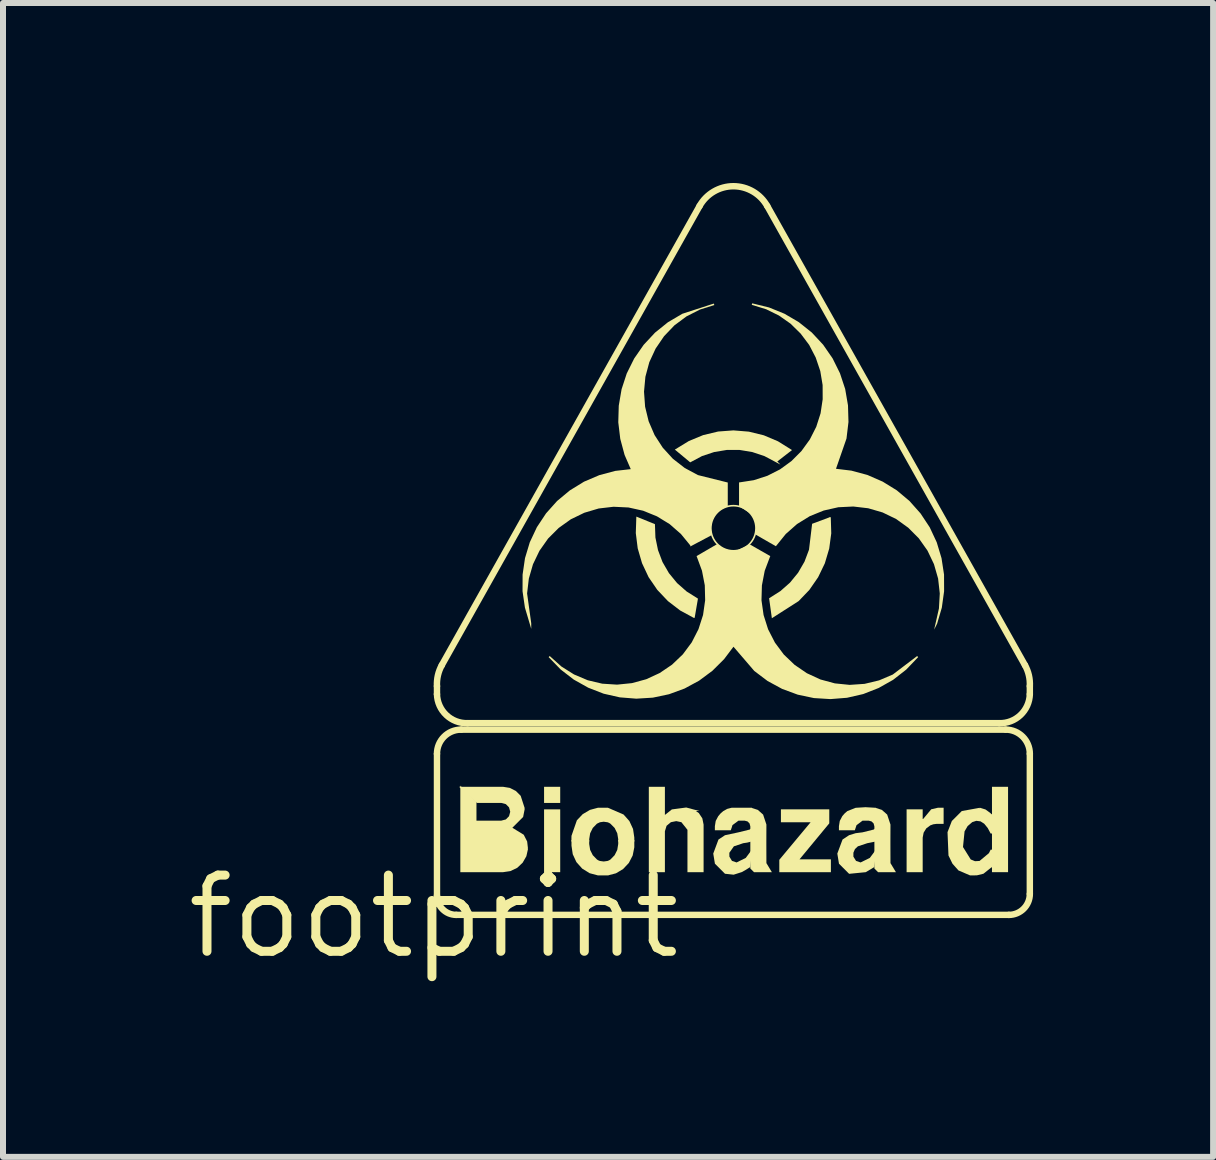
<source format=kicad_pcb>
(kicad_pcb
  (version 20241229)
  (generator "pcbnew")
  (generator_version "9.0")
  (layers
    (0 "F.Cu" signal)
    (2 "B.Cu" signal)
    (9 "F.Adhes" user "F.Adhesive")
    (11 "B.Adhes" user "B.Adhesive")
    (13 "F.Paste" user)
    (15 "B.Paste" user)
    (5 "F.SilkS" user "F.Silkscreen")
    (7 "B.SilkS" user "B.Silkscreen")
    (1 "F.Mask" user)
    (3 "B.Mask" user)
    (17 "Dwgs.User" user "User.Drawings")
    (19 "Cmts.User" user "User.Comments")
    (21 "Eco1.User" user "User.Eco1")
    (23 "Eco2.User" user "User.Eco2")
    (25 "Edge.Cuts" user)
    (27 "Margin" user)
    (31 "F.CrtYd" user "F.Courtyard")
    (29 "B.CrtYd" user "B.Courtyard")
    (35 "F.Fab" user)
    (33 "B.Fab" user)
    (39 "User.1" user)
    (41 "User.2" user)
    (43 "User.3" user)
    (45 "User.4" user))
  (footprint "footprint"
    (layer "F.Cu")
    (at 4.18 12.227)
    (property "Reference" "footprint" (at 0 0 0) (layer "F.SilkS") (effects (font (size 1.27 1.27) (thickness 0.15))))
    (fp_line (start 0.054 -3.706) (end 0.054 -3.84) (stroke (width 0.107) (type solid)) (layer "F.SilkS"))
    (fp_line (start 0.054 -2.712) (end 0.054 -0.349) (stroke (width 0.107) (type solid)) (layer "F.SilkS"))
    (fp_line (start 0.134 -4.189) (end 4.431 -11.843) (stroke (width 0.107) (type solid)) (layer "F.SilkS"))
    (fp_line (start 0.376 -0.027) (end 9.587 -0.027) (stroke (width 0.107) (type solid)) (layer "F.SilkS"))
    (fp_line (start 0.564 -3.223) (end 9.426 -3.223) (stroke (width 0.107) (type solid)) (layer "F.SilkS"))
    (fp_line (start 9.533 -3.115) (end 0.457 -3.115) (stroke (width 0.107) (type solid)) (layer "F.SilkS"))
    (fp_line (start 9.855 -4.189) (end 5.559 -11.843) (stroke (width 0.107) (type solid)) (layer "F.SilkS"))
    (fp_line (start 9.936 -3.706) (end 9.936 -3.84) (stroke (width 0.107) (type solid)) (layer "F.SilkS"))
    (fp_line (start 9.936 -0.376) (end 9.936 -2.712) (stroke (width 0.107) (type solid)) (layer "F.SilkS"))
    (fp_arc (start 0.0537 -3.8401) (mid 0.069553 -4.020294) (end 0.1343 -4.189199) (stroke (width 0.1074) (type solid)) (layer "F.SilkS"))
    (fp_arc (start 0.0537 -2.7123) (mid 0.171677 -2.997123) (end 0.4565 -3.1151) (stroke (width 0.1074) (type solid)) (layer "F.SilkS"))
    (fp_arc (start 0.375998 -0.0269) (mid 0.148134 -0.121265) (end 0.0537 -0.3491) (stroke (width 0.1074) (type solid)) (layer "F.SilkS"))
    (fp_arc (start 0.5639 -3.2225) (mid 0.208657 -3.358504) (end 0.053701 -3.705899) (stroke (width 0.1074) (type solid)) (layer "F.SilkS"))
    (fp_arc (start 4.4309 -11.8426) (mid 4.99485 -12.172844) (end 5.5588 -11.8426) (stroke (width 0.1074) (type solid)) (layer "F.SilkS"))
    (fp_arc (start 9.5332 -3.1151) (mid 9.818023 -2.997123) (end 9.936 -2.7123) (stroke (width 0.1074) (type solid)) (layer "F.SilkS"))
    (fp_arc (start 9.8554 -4.1892) (mid 9.920148 -4.020294) (end 9.936 -3.8401) (stroke (width 0.1074) (type solid)) (layer "F.SilkS"))
    (fp_arc (start 9.935998 -3.7059) (mid 9.781042 -3.358505) (end 9.4258 -3.2225) (stroke (width 0.1074) (type solid)) (layer "F.SilkS"))
    (fp_arc (start 9.936 -0.376) (mid 9.833751 -0.129149) (end 9.5869 -0.0269) (stroke (width 0.1074) (type solid)) (layer "F.SilkS"))
    (fp_circle (center 4.995 -6.472) (end 5.371 -6.472) (stroke (width 0.027) (type solid)) (fill no) (layer "F.SilkS"))
    (fp_poly (pts (xy 2.108 -1.893) (xy 1.839 -1.893) (xy 1.839 -2.162) (xy 2.108 -2.162)) (stroke (width 0) (type solid)) (fill yes) (layer "F.SilkS"))
    (fp_poly (pts (xy 2.108 -0.739) (xy 1.839 -0.739) (xy 1.839 -1.786) (xy 2.108 -1.786)) (stroke (width 0) (type solid)) (fill yes) (layer "F.SilkS"))
    (fp_poly (pts (xy 9.573 -0.739) (xy 9.305 -0.739) (xy 9.305 -2.162) (xy 9.573 -2.162)) (stroke (width 0) (type solid)) (fill yes) (layer "F.SilkS"))
    (fp_poly (pts (xy 6.593 -1.553) (xy 6.097 -0.953) (xy 6.62 -0.953) (xy 6.62 -0.739) (xy 5.76 -0.739) (xy 5.76 -0.945) (xy 6.282 -1.571) (xy 5.787 -1.571) (xy 5.787 -1.786) (xy 6.593 -1.786)) (stroke (width 0) (type solid)) (fill yes) (layer "F.SilkS"))
    (fp_poly (pts (xy 0.712 -1.912) (xy 0.712 -1.584) (xy 0.7 -1.49) (xy 1.293 -1.49) (xy 1.5 -1.363) (xy 1.557 -1.251) (xy 1.571 -1.129) (xy 1.558 -1.128) (xy 1.571 -1.125) (xy 1.544 -1.005) (xy 1.482 -0.897) (xy 1.391 -0.811) (xy 1.278 -0.757) (xy 1.156 -0.739) (xy 0.443 -0.739) (xy 0.443 -2.181)) (stroke (width 0) (type solid)) (fill yes) (layer "F.SilkS"))
    (fp_poly (pts (xy 8.499 -1.544) (xy 8.379 -1.544) (xy 8.327 -1.537) (xy 8.277 -1.519) (xy 8.21 -1.469) (xy 8.166 -1.398) (xy 8.15 -1.315) (xy 8.15 -0.739) (xy 7.882 -0.739) (xy 7.882 -1.786) (xy 8.15 -1.786) (xy 8.15 -1.625) (xy 8.157 -1.625) (xy 8.292 -1.787) (xy 8.404 -1.813) (xy 8.499 -1.813)) (stroke (width 0) (type solid)) (fill yes) (layer "F.SilkS"))
    (fp_poly (pts (xy 6.626 -6.387) (xy 6.592 -6.133) (xy 6.519 -5.887) (xy 6.407 -5.655) (xy 6.261 -5.444) (xy 6.083 -5.258) (xy 5.636 -4.972) (xy 5.59 -5.305) (xy 5.778 -5.424) (xy 5.938 -5.565) (xy 6.073 -5.73) (xy 6.18 -5.915) (xy 6.255 -6.114) (xy 6.307 -6.546) (xy 6.592 -6.652) (xy 6.592 -6.656) (xy 6.618 -6.656)) (stroke (width 0) (type solid)) (fill yes) (layer "F.SilkS"))
    (fp_poly (pts (xy 3.687 -6.54) (xy 3.695 -6.317) (xy 3.738 -6.108) (xy 3.813 -5.909) (xy 3.92 -5.724) (xy 4.055 -5.559) (xy 4.215 -5.418) (xy 4.404 -5.299) (xy 4.349 -4.978) (xy 4.334 -4.978) (xy 4.106 -5.102) (xy 3.903 -5.258) (xy 3.726 -5.445) (xy 3.581 -5.657) (xy 3.472 -5.889) (xy 3.4 -6.136) (xy 3.368 -6.391) (xy 3.377 -6.666)) (stroke (width 0) (type solid)) (fill yes) (layer "F.SilkS"))
    (fp_poly (pts (xy 5.252 -8.082) (xy 5.502 -8.021) (xy 5.738 -7.921) (xy 5.972 -7.775) (xy 5.727 -7.585) (xy 5.779 -7.533) (xy 5.511 -7.675) (xy 5.309 -7.742) (xy 5.098 -7.777) (xy 4.885 -7.777) (xy 4.674 -7.742) (xy 4.472 -7.675) (xy 4.275 -7.57) (xy 4.019 -7.783) (xy 4.253 -7.926) (xy 4.49 -8.024) (xy 4.74 -8.084) (xy 4.996 -8.103)) (stroke (width 0) (type solid)) (fill yes) (layer "F.SilkS"))
    (fp_poly (pts (xy 1.267 -2.144) (xy 1.368 -2.093) (xy 1.449 -2.012) (xy 1.517 -1.803) (xy 1.504 -1.799) (xy 1.517 -1.797) (xy 1.49 -1.659) (xy 1.295 -1.464) (xy 0.685 -1.464) (xy 0.685 -1.598) (xy 1.126 -1.598) (xy 1.202 -1.618) (xy 1.255 -1.672) (xy 1.275 -1.746) (xy 1.255 -1.819) (xy 1.202 -1.873) (xy 1.126 -1.893) (xy 0.72 -1.893) (xy 0.422 -2.162) (xy 1.156 -2.162)) (stroke (width 0) (type solid)) (fill yes) (layer "F.SilkS"))
    (fp_poly (pts (xy 3.853 -1.693) (xy 3.969 -1.785) (xy 4.209 -1.817) (xy 4.425 -1.759) (xy 4.368 -1.759) (xy 4.418 -1.725) (xy 4.477 -1.636) (xy 4.498 -1.532) (xy 4.498 -0.739) (xy 4.229 -0.739) (xy 4.229 -1.445) (xy 4.128 -1.572) (xy 4.042 -1.59) (xy 3.953 -1.572) (xy 3.881 -1.512) (xy 3.853 -1.421) (xy 3.853 -0.739) (xy 3.585 -0.739) (xy 3.585 -2.162) (xy 3.853 -2.162)) (stroke (width 0) (type solid)) (fill yes) (layer "F.SilkS"))
    (fp_poly (pts (xy 7.371 -1.251) (xy 7.227 -1.222) (xy 7.07 -1.17) (xy 7.021 -1.124) (xy 6.995 -1.063) (xy 6.995 -0.998) (xy 7.039 -0.927) (xy 7.115 -0.901) (xy 7.269 -0.977) (xy 7.377 -1.122) (xy 7.344 -0.824) (xy 7.201 -0.739) (xy 6.929 -0.712) (xy 6.923 -0.712) (xy 6.754 -0.881) (xy 6.754 -0.885) (xy 6.727 -1.049) (xy 6.814 -1.283) (xy 6.923 -1.355) (xy 7.034 -1.389) (xy 7.147 -1.403) (xy 7.332 -1.449) (xy 7.371 -1.475)) (stroke (width 0) (type solid)) (fill yes) (layer "F.SilkS"))
    (fp_poly (pts (xy 5.304 -1.252) (xy 5.226 -1.232) (xy 5.159 -1.222) (xy 5.003 -1.17) (xy 4.927 -1.062) (xy 4.928 -0.998) (xy 4.971 -0.927) (xy 5.048 -0.901) (xy 5.201 -0.977) (xy 5.309 -1.122) (xy 5.276 -0.825) (xy 5.204 -0.779) (xy 5.134 -0.74) (xy 4.999 -0.697) (xy 4.86 -0.712) (xy 4.855 -0.712) (xy 4.686 -0.881) (xy 4.686 -0.885) (xy 4.659 -1.049) (xy 4.746 -1.283) (xy 4.855 -1.355) (xy 5.079 -1.403) (xy 5.265 -1.449) (xy 5.304 -1.475)) (stroke (width 0) (type solid)) (fill yes) (layer "F.SilkS"))
    (fp_poly (pts (xy 7.372 -1.812) (xy 7.372 -1.809) (xy 7.47 -1.777) (xy 7.558 -1.699) (xy 7.613 -1.533) (xy 7.612 -1.222) (xy 7.613 -0.913) (xy 7.613 -0.89) (xy 7.704 -0.739) (xy 7.406 -0.739) (xy 7.345 -0.8) (xy 7.345 -1.502) (xy 7.332 -1.551) (xy 7.297 -1.585) (xy 7.249 -1.598) (xy 7.148 -1.598) (xy 7.047 -1.522) (xy 7.019 -1.437) (xy 6.754 -1.437) (xy 6.754 -1.505) (xy 6.768 -1.593) (xy 6.81 -1.673) (xy 6.849 -1.718) (xy 6.894 -1.757) (xy 7.033 -1.812) (xy 7.197 -1.822)) (stroke (width 0) (type solid)) (fill yes) (layer "F.SilkS"))
    (fp_poly (pts (xy 3.164 -1.7) (xy 3.261 -1.591) (xy 3.322 -1.459) (xy 3.343 -1.317) (xy 3.343 -1.249) (xy 3.075 -1.249) (xy 3.075 -1.288) (xy 3.059 -1.387) (xy 3.015 -1.476) (xy 2.945 -1.547) (xy 2.922 -1.561) (xy 2.897 -1.571) (xy 2.833 -1.58) (xy 2.77 -1.571) (xy 2.72 -1.547) (xy 2.651 -1.476) (xy 2.607 -1.387) (xy 2.591 -1.288) (xy 2.591 -1.249) (xy 2.296 -1.249) (xy 2.295 -1.302) (xy 2.296 -1.345) (xy 2.386 -1.604) (xy 2.483 -1.706) (xy 2.603 -1.777) (xy 2.737 -1.813) (xy 2.903 -1.813)) (stroke (width 0) (type solid)) (fill yes) (layer "F.SilkS"))
    (fp_poly (pts (xy 5.304 -1.809) (xy 5.402 -1.777) (xy 5.49 -1.699) (xy 5.545 -1.533) (xy 5.544 -1.222) (xy 5.545 -0.913) (xy 5.545 -0.89) (xy 5.636 -0.739) (xy 5.338 -0.739) (xy 5.277 -0.8) (xy 5.277 -1.502) (xy 5.264 -1.551) (xy 5.23 -1.585) (xy 5.181 -1.598) (xy 5.08 -1.598) (xy 4.979 -1.523) (xy 4.968 -1.486) (xy 4.951 -1.437) (xy 4.686 -1.437) (xy 4.686 -1.505) (xy 4.7 -1.593) (xy 4.742 -1.672) (xy 4.781 -1.718) (xy 4.826 -1.757) (xy 4.892 -1.794) (xy 4.966 -1.813) (xy 5.304 -1.813)) (stroke (width 0) (type solid)) (fill yes) (layer "F.SilkS"))
    (fp_poly (pts (xy 2.591 -1.209) (xy 2.607 -1.11) (xy 2.651 -1.022) (xy 2.721 -0.95) (xy 2.744 -0.936) (xy 2.769 -0.926) (xy 2.833 -0.917) (xy 2.897 -0.926) (xy 2.922 -0.936) (xy 2.945 -0.95) (xy 3.015 -1.022) (xy 3.059 -1.11) (xy 3.075 -1.209) (xy 3.075 -1.276) (xy 3.343 -1.276) (xy 3.343 -1.153) (xy 3.316 -1.017) (xy 3.252 -0.893) (xy 3.157 -0.792) (xy 3.037 -0.72) (xy 2.914 -0.688) (xy 2.914 -0.685) (xy 2.737 -0.685) (xy 2.598 -0.722) (xy 2.474 -0.799) (xy 2.378 -0.907) (xy 2.317 -1.038) (xy 2.296 -1.181) (xy 2.296 -1.276) (xy 2.591 -1.276)) (stroke (width 0) (type solid)) (fill yes) (layer "F.SilkS"))
    (fp_poly (pts (xy 9.104 -1.799) (xy 9.107 -1.812) (xy 9.197 -1.784) (xy 9.273 -1.729) (xy 9.297 -1.705) (xy 9.332 -1.705) (xy 9.332 -1.383) (xy 9.283 -1.383) (xy 9.234 -1.475) (xy 9.175 -1.547) (xy 9.114 -1.586) (xy 9.044 -1.595) (xy 8.976 -1.573) (xy 8.899 -1.507) (xy 8.848 -1.419) (xy 8.822 -1.158) (xy 8.951 -0.951) (xy 9.022 -0.922) (xy 9.098 -0.926) (xy 9.254 -1.056) (xy 9.283 -1.114) (xy 9.332 -1.114) (xy 9.332 -0.819) (xy 9.296 -0.819) (xy 9.163 -0.713) (xy 9.053 -0.686) (xy 8.94 -0.685) (xy 8.746 -0.768) (xy 8.646 -0.881) (xy 8.58 -1.017) (xy 8.564 -1.406) (xy 8.636 -1.592) (xy 8.802 -1.758) (xy 9.101 -1.812)) (stroke (width 0) (type solid)) (fill yes) (layer "F.SilkS"))
    (fp_poly (pts (xy 4.673 -10.204) (xy 4.677 -10.192) (xy 4.437 -10.117) (xy 4.213 -10.003) (xy 4.012 -9.854) (xy 3.839 -9.673) (xy 3.698 -9.466) (xy 3.593 -9.239) (xy 3.528 -8.997) (xy 3.505 -8.748) (xy 3.523 -8.498) (xy 3.582 -8.255) (xy 3.681 -8.025) (xy 3.817 -7.815) (xy 3.986 -7.63) (xy 4.184 -7.476) (xy 4.404 -7.358) (xy 4.901 -7.234) (xy 4.901 -6.834) (xy 4.89 -6.834) (xy 4.784 -6.785) (xy 4.698 -6.704) (xy 4.641 -6.601) (xy 4.618 -6.485) (xy 4.633 -6.357) (xy 4.277 -6.168) (xy 4.277 -6.185) (xy 4.121 -6.375) (xy 3.933 -6.54) (xy 3.721 -6.67) (xy 3.49 -6.764) (xy 3.246 -6.818) (xy 2.997 -6.83) (xy 2.749 -6.801) (xy 2.51 -6.73) (xy 2.285 -6.621) (xy 2.082 -6.476) (xy 1.906 -6.3) (xy 1.762 -6.096) (xy 1.654 -5.871) (xy 1.585 -5.632) (xy 1.556 -5.385) (xy 1.625 -4.888) (xy 1.625 -4.795) (xy 1.52 -5.148) (xy 1.48 -5.422) (xy 1.481 -5.699) (xy 1.521 -5.973) (xy 1.601 -6.238) (xy 1.719 -6.489) (xy 1.872 -6.72) (xy 2.056 -6.926) (xy 2.269 -7.103) (xy 2.505 -7.248) (xy 2.76 -7.357) (xy 3.027 -7.428) (xy 3.284 -7.457) (xy 3.181 -7.694) (xy 3.109 -7.962) (xy 3.076 -8.238) (xy 3.084 -8.515) (xy 3.131 -8.789) (xy 3.217 -9.052) (xy 3.341 -9.301) (xy 3.499 -9.529) (xy 3.688 -9.732) (xy 3.904 -9.906) (xy 4.144 -10.047) (xy 4.668 -10.217)) (stroke (width 0) (type solid)) (fill yes) (layer "F.SilkS"))
    (fp_poly (pts (xy 4.732 -6.201) (xy 4.826 -6.134) (xy 4.935 -6.099) (xy 5.049 -6.098) (xy 5.264 -6.205) (xy 5.61 -6.007) (xy 5.605 -5.997) (xy 5.517 -5.763) (xy 5.47 -5.519) (xy 5.463 -5.271) (xy 5.498 -5.025) (xy 5.573 -4.788) (xy 5.687 -4.566) (xy 5.835 -4.367) (xy 6.015 -4.195) (xy 6.22 -4.055) (xy 6.446 -3.951) (xy 6.686 -3.886) (xy 6.933 -3.861) (xy 7.181 -3.878) (xy 7.423 -3.936) (xy 7.651 -4.033) (xy 8.058 -4.342) (xy 8.074 -4.323) (xy 7.875 -4.115) (xy 7.657 -3.945) (xy 7.416 -3.809) (xy 7.159 -3.708) (xy 6.889 -3.646) (xy 6.613 -3.624) (xy 6.337 -3.641) (xy 6.067 -3.698) (xy 5.807 -3.794) (xy 5.564 -3.926) (xy 5.343 -4.093) (xy 4.996 -4.497) (xy 4.84 -4.29) (xy 4.645 -4.096) (xy 4.423 -3.931) (xy 4.181 -3.8) (xy 3.922 -3.705) (xy 3.652 -3.648) (xy 3.376 -3.631) (xy 3.101 -3.653) (xy 2.832 -3.714) (xy 2.575 -3.814) (xy 2.334 -3.949) (xy 2.116 -4.117) (xy 1.915 -4.324) (xy 1.934 -4.342) (xy 1.943 -4.333) (xy 2.128 -4.167) (xy 2.338 -4.035) (xy 2.567 -3.938) (xy 2.808 -3.881) (xy 3.056 -3.865) (xy 3.303 -3.89) (xy 3.542 -3.955) (xy 3.767 -4.059) (xy 3.972 -4.198) (xy 4.152 -4.37) (xy 4.3 -4.569) (xy 4.413 -4.79) (xy 4.489 -5.026) (xy 4.524 -5.272) (xy 4.518 -5.52) (xy 4.471 -5.764) (xy 4.381 -6.008) (xy 4.725 -6.208)) (stroke (width 0) (type solid)) (fill yes) (layer "F.SilkS"))
    (fp_poly (pts (xy 5.589 -10.152) (xy 5.845 -10.048) (xy 6.084 -9.908) (xy 6.301 -9.735) (xy 6.49 -9.532) (xy 6.648 -9.304) (xy 6.771 -9.056) (xy 6.858 -8.793) (xy 6.905 -8.52) (xy 6.913 -8.243) (xy 6.88 -7.967) (xy 6.705 -7.463) (xy 6.962 -7.432) (xy 7.229 -7.36) (xy 7.483 -7.249) (xy 7.718 -7.104) (xy 7.93 -6.926) (xy 8.114 -6.719) (xy 8.267 -6.488) (xy 8.384 -6.238) (xy 8.464 -5.973) (xy 8.506 -5.699) (xy 8.507 -5.422) (xy 8.469 -5.148) (xy 8.391 -4.882) (xy 8.341 -4.782) (xy 8.421 -5.135) (xy 8.435 -5.385) (xy 8.407 -5.633) (xy 8.338 -5.873) (xy 8.23 -6.099) (xy 8.086 -6.303) (xy 7.91 -6.48) (xy 7.707 -6.626) (xy 7.482 -6.735) (xy 7.242 -6.805) (xy 6.994 -6.834) (xy 6.744 -6.822) (xy 6.5 -6.767) (xy 6.268 -6.673) (xy 6.056 -6.542) (xy 5.868 -6.376) (xy 5.703 -6.172) (xy 5.367 -6.365) (xy 5.374 -6.377) (xy 5.361 -6.378) (xy 5.373 -6.496) (xy 5.348 -6.609) (xy 5.291 -6.709) (xy 5.089 -6.841) (xy 5.089 -7.223) (xy 5.088 -7.235) (xy 5.335 -7.273) (xy 5.561 -7.346) (xy 5.772 -7.453) (xy 5.963 -7.592) (xy 6.13 -7.76) (xy 6.269 -7.952) (xy 6.376 -8.163) (xy 6.448 -8.388) (xy 6.483 -8.622) (xy 6.482 -8.859) (xy 6.443 -9.092) (xy 6.367 -9.317) (xy 6.258 -9.527) (xy 6.116 -9.716) (xy 5.947 -9.882) (xy 5.753 -10.018) (xy 5.541 -10.122) (xy 5.301 -10.196) (xy 5.308 -10.221)) (stroke (width 0) (type solid)) (fill yes) (layer "F.SilkS")))
  (gr_rect
    (start -3 -3)
    (end 17.171 16.233)
    (stroke (width 0.1) (type default))
    (fill no)
    (layer "Edge.Cuts")))
</source>
